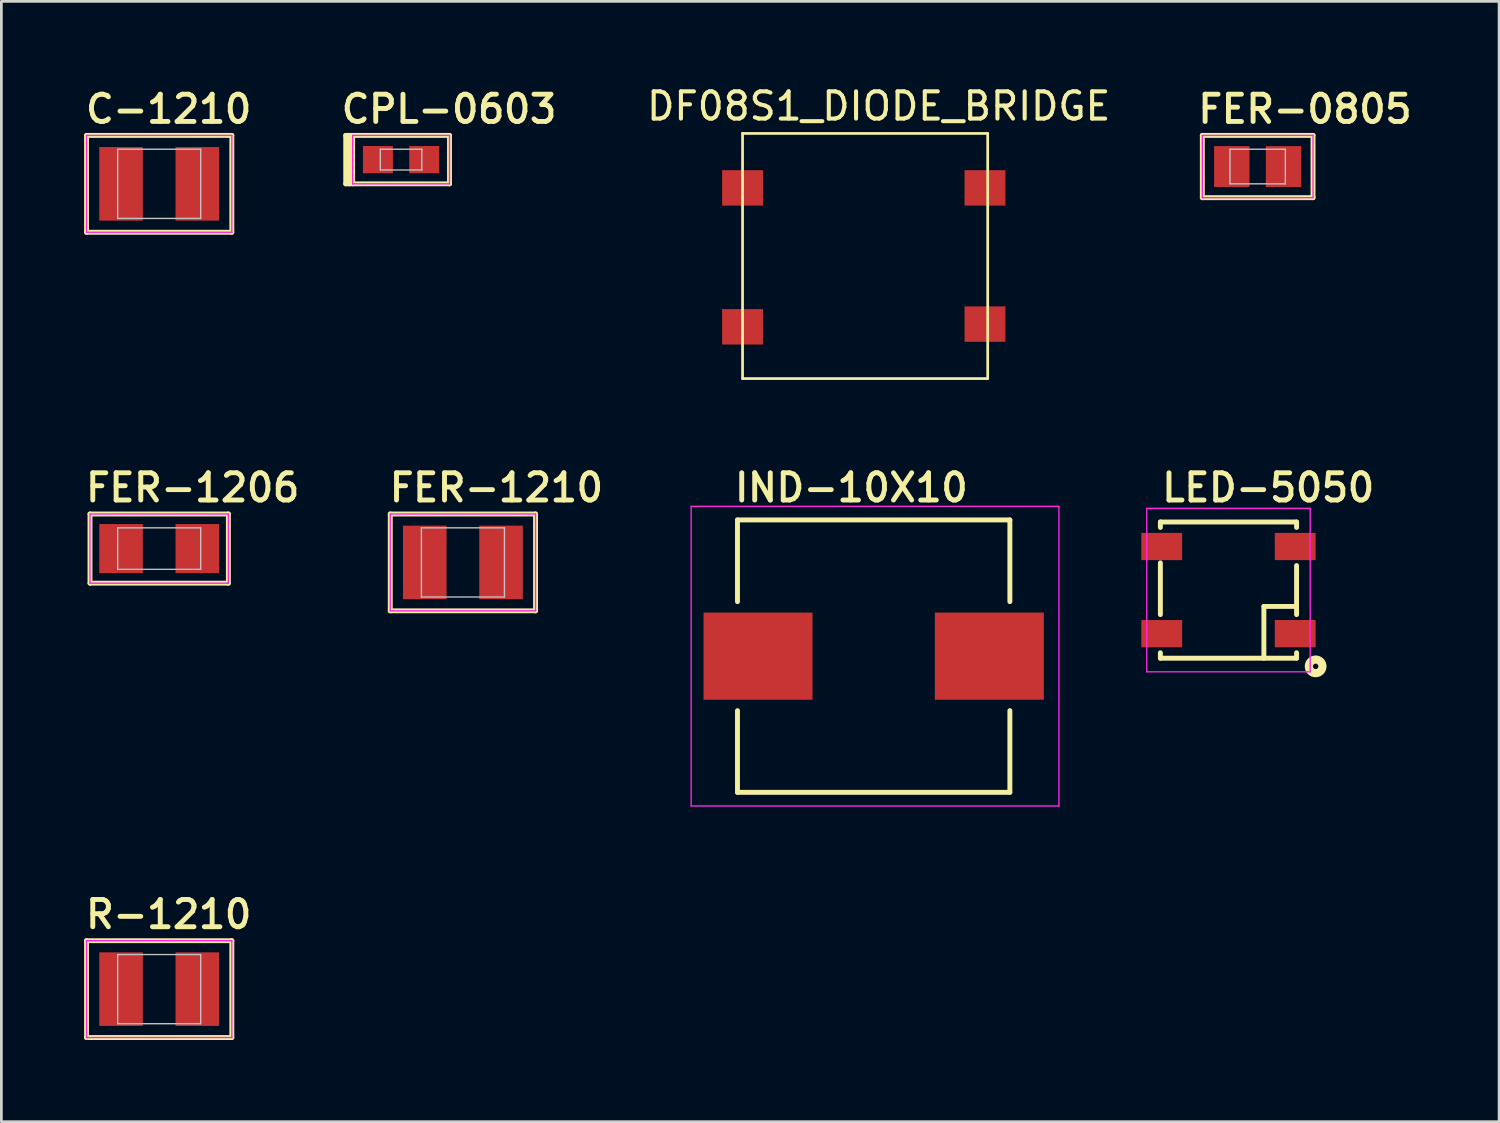
<source format=kicad_pcb>
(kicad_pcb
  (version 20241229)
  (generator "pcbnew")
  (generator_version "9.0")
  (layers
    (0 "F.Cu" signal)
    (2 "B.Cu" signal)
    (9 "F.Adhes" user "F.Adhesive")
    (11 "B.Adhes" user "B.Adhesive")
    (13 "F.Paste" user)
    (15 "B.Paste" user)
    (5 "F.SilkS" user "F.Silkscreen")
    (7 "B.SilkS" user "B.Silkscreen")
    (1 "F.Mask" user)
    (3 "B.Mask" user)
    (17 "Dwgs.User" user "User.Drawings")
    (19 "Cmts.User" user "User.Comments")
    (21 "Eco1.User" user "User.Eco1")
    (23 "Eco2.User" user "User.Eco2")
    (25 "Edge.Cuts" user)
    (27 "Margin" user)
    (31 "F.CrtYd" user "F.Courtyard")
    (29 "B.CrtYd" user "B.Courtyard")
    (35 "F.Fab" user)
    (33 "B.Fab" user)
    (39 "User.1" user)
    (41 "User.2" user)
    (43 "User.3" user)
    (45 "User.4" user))
  (footprint "R-1210"
    (layer "F.Cu")
    (at 2.794 33.262)
    (property "Reference" "R-1210" (at -2.794 -2.159 0) (layer "F.SilkS") (effects (font (size 1 1) (thickness 0.18)) (justify left bottom)))
    (attr through_hole)
    (fp_line (start -2.667 -1.778) (end -2.667 1.778) (stroke (width 0.18) (type solid)) (layer "F.SilkS"))
    (fp_line (start -2.667 1.778) (end 2.667 1.778) (stroke (width 0.18) (type solid)) (layer "F.SilkS"))
    (fp_line (start 2.667 -1.778) (end -2.667 -1.778) (stroke (width 0.18) (type solid)) (layer "F.SilkS"))
    (fp_line (start 2.667 1.778) (end 2.667 -1.778) (stroke (width 0.18) (type solid)) (layer "F.SilkS"))
    (fp_line (start -1.524 -1.27) (end 1.524 -1.27) (stroke (width 0.05) (type solid)) (layer "Dwgs.User"))
    (fp_line (start -1.524 1.27) (end -1.524 -1.27) (stroke (width 0.05) (type solid)) (layer "Dwgs.User"))
    (fp_line (start 1.524 -1.27) (end 1.524 1.27) (stroke (width 0.05) (type solid)) (layer "Dwgs.User"))
    (fp_line (start 1.524 1.27) (end -1.524 1.27) (stroke (width 0.05) (type solid)) (layer "Dwgs.User"))
    (fp_line (start -2.667 -1.778) (end 2.667 -1.778) (stroke (width 0.05) (type solid)) (layer "F.CrtYd"))
    (fp_line (start -2.667 1.778) (end -2.667 -1.778) (stroke (width 0.05) (type solid)) (layer "F.CrtYd"))
    (fp_line (start 2.667 -1.778) (end 2.667 1.778) (stroke (width 0.05) (type solid)) (layer "F.CrtYd"))
    (fp_line (start 2.667 1.778) (end -2.667 1.778) (stroke (width 0.05) (type solid)) (layer "F.CrtYd"))
    (pad "1" smd rect (at -1.4 0) (size 1.6 2.7) (layers "F.Cu" "F.Mask" "F.Paste"))
    (pad "2" smd rect (at 1.4 0) (size 1.6 2.7) (layers "F.Cu" "F.Mask" "F.Paste")))
  (footprint "LED-5050"
    (layer "F.Cu")
    (at 42.049 18.613)
    (property "Reference" "LED-5050" (at -2.54 -3.175 0) (layer "F.SilkS") (effects (font (size 1 1) (thickness 0.18)) (justify left bottom)))
    (attr through_hole)
    (fp_line (start -2.5 -2.5) (end -2.5 -2.3) (stroke (width 0.18) (type solid)) (layer "F.SilkS"))
    (fp_line (start -2.5 -1) (end -2.5 0.9) (stroke (width 0.18) (type solid)) (layer "F.SilkS"))
    (fp_line (start -2.5 2.5) (end -2.5 2.3) (stroke (width 0.18) (type solid)) (layer "F.SilkS"))
    (fp_line (start -2.5 2.5) (end 2.5 2.5) (stroke (width 0.18) (type solid)) (layer "F.SilkS"))
    (fp_line (start 1.3 0.6) (end 1.3 2.5) (stroke (width 0.18) (type solid)) (layer "F.SilkS"))
    (fp_line (start 2.5 -2.5) (end -2.5 -2.5) (stroke (width 0.18) (type solid)) (layer "F.SilkS"))
    (fp_line (start 2.5 -2.3) (end 2.5 -2.5) (stroke (width 0.18) (type solid)) (layer "F.SilkS"))
    (fp_line (start 2.5 0.6) (end 1.3 0.6) (stroke (width 0.18) (type solid)) (layer "F.SilkS"))
    (fp_line (start 2.5 0.9) (end 2.5 -0.9) (stroke (width 0.18) (type solid)) (layer "F.SilkS"))
    (fp_line (start 2.5 2.5) (end 2.5 2.3) (stroke (width 0.18) (type solid)) (layer "F.SilkS"))
    (fp_circle (center 3.2 2.8) (end 3.3 2.8) (stroke (width 0.3) (type solid)) (fill no) (layer "F.SilkS"))
    (fp_line (start -3 -3) (end 3 -3) (stroke (width 0.05) (type solid)) (layer "F.CrtYd"))
    (fp_line (start -3 3) (end -3 -3) (stroke (width 0.05) (type solid)) (layer "F.CrtYd"))
    (fp_line (start 3 -3) (end 3 3) (stroke (width 0.05) (type solid)) (layer "F.CrtYd"))
    (fp_line (start 3 3) (end -3 3) (stroke (width 0.05) (type solid)) (layer "F.CrtYd"))
    (pad "1" smd rect (at -2.45 -1.6) (size 1.5 1) (layers "F.Cu" "F.Mask" "F.Paste"))
    (pad "2" smd rect (at -2.45 1.6) (size 1.5 1) (layers "F.Cu" "F.Mask" "F.Paste"))
    (pad "3" smd rect (at 2.45 1.6) (size 1.5 1) (layers "F.Cu" "F.Mask" "F.Paste"))
    (pad "4" smd rect (at 2.45 -1.6) (size 1.5 1) (layers "F.Cu" "F.Mask" "F.Paste")))
  (footprint "DF08S1_DIODE_BRIDGE"
    (layer "F.Cu")
    (at 24.21 3.848)
    (property "Reference" "DF08S1_DIODE_BRIDGE" (at 5 -3 0) (layer "F.SilkS") (effects (font (size 1 1) (thickness 0.15))))
    (attr through_hole)
    (fp_line (start 0 -2) (end 0 7) (stroke (width 0.1) (type solid)) (layer "F.SilkS"))
    (fp_line (start 0 7) (end 9 7) (stroke (width 0.1) (type solid)) (layer "F.SilkS"))
    (fp_line (start 9 -2) (end 0 -2) (stroke (width 0.1) (type solid)) (layer "F.SilkS"))
    (fp_line (start 9 7) (end 9 -2) (stroke (width 0.1) (type solid)) (layer "F.SilkS"))
    (pad "1" smd rect (at 0 0) (size 1.5 1.3) (layers "F.Cu" "F.Mask" "F.Paste"))
    (pad "2" smd rect (at 0 5.1) (size 1.5 1.3) (layers "F.Cu" "F.Mask" "F.Paste"))
    (pad "3" smd rect (at 8.9 5) (size 1.5 1.3) (layers "F.Cu" "F.Mask" "F.Paste"))
    (pad "4" smd rect (at 8.9 0) (size 1.5 1.3) (layers "F.Cu" "F.Mask" "F.Paste")))
  (footprint "FER-0805"
    (layer "F.Cu")
    (at 43.121 3.064)
    (property "Reference" "FER-0805" (at -2.286 -1.524 0) (layer "F.SilkS") (effects (font (size 1 1) (thickness 0.18)) (justify left bottom)))
    (attr through_hole)
    (fp_line (start -2.032 -1.143) (end -2.032 1.143) (stroke (width 0.18) (type solid)) (layer "F.SilkS"))
    (fp_line (start -2.032 1.143) (end 2.032 1.143) (stroke (width 0.18) (type solid)) (layer "F.SilkS"))
    (fp_line (start 2.032 -1.143) (end -2.032 -1.143) (stroke (width 0.18) (type solid)) (layer "F.SilkS"))
    (fp_line (start 2.032 1.143) (end 2.032 -1.143) (stroke (width 0.18) (type solid)) (layer "F.SilkS"))
    (fp_line (start -1.016 -0.635) (end 1.016 -0.635) (stroke (width 0.05) (type solid)) (layer "Dwgs.User"))
    (fp_line (start -1.016 0.635) (end -1.016 -0.635) (stroke (width 0.05) (type solid)) (layer "Dwgs.User"))
    (fp_line (start 1.016 -0.635) (end 1.016 0.635) (stroke (width 0.05) (type solid)) (layer "Dwgs.User"))
    (fp_line (start 1.016 0.635) (end -1.016 0.635) (stroke (width 0.05) (type solid)) (layer "Dwgs.User"))
    (fp_line (start -2.032 -1.143) (end 2.032 -1.143) (stroke (width 0.05) (type solid)) (layer "F.CrtYd"))
    (fp_line (start -2.032 1.143) (end -2.032 -1.143) (stroke (width 0.05) (type solid)) (layer "F.CrtYd"))
    (fp_line (start 2.032 -1.143) (end 2.032 1.143) (stroke (width 0.05) (type solid)) (layer "F.CrtYd"))
    (fp_line (start 2.032 1.143) (end -2.032 1.143) (stroke (width 0.05) (type solid)) (layer "F.CrtYd"))
    (pad "1" smd rect (at -0.95 0) (size 1.3 1.5) (layers "F.Cu" "F.Mask" "F.Paste"))
    (pad "2" smd rect (at 0.95 0) (size 1.3 1.5) (layers "F.Cu" "F.Mask" "F.Paste")))
  (footprint "FER-1206"
    (layer "F.Cu")
    (at 2.794 17.089)
    (property "Reference" "FER-1206" (at -2.794 -1.651 0) (layer "F.SilkS") (effects (font (size 1 1) (thickness 0.18)) (justify left bottom)))
    (attr through_hole)
    (fp_line (start -2.54 -1.27) (end -2.54 1.27) (stroke (width 0.18) (type solid)) (layer "F.SilkS"))
    (fp_line (start -2.54 1.27) (end 2.54 1.27) (stroke (width 0.18) (type solid)) (layer "F.SilkS"))
    (fp_line (start 2.54 -1.27) (end -2.54 -1.27) (stroke (width 0.18) (type solid)) (layer "F.SilkS"))
    (fp_line (start 2.54 1.27) (end 2.54 -1.27) (stroke (width 0.18) (type solid)) (layer "F.SilkS"))
    (fp_line (start -1.524 -0.762) (end 1.524 -0.762) (stroke (width 0.05) (type solid)) (layer "Dwgs.User"))
    (fp_line (start -1.524 0.762) (end -1.524 -0.762) (stroke (width 0.05) (type solid)) (layer "Dwgs.User"))
    (fp_line (start 1.524 -0.762) (end 1.524 0.762) (stroke (width 0.05) (type solid)) (layer "Dwgs.User"))
    (fp_line (start 1.524 0.762) (end -1.524 0.762) (stroke (width 0.05) (type solid)) (layer "Dwgs.User"))
    (fp_line (start -2.54 -1.27) (end 2.54 -1.27) (stroke (width 0.05) (type solid)) (layer "F.CrtYd"))
    (fp_line (start -2.54 1.27) (end -2.54 -1.27) (stroke (width 0.05) (type solid)) (layer "F.CrtYd"))
    (fp_line (start 2.54 -1.27) (end 2.54 1.27) (stroke (width 0.05) (type solid)) (layer "F.CrtYd"))
    (fp_line (start 2.54 1.27) (end -2.54 1.27) (stroke (width 0.05) (type solid)) (layer "F.CrtYd"))
    (pad "1" smd rect (at -1.4 0) (size 1.6 1.8) (layers "F.Cu" "F.Mask" "F.Paste"))
    (pad "2" smd rect (at 1.4 0) (size 1.6 1.8) (layers "F.Cu" "F.Mask" "F.Paste")))
  (footprint "C-1210"
    (layer "F.Cu")
    (at 2.794 3.699)
    (property "Reference" "C-1210" (at -2.794 -2.159 0) (layer "F.SilkS") (effects (font (size 1 1) (thickness 0.18)) (justify left bottom)))
    (attr through_hole)
    (fp_line (start -2.667 -1.778) (end -2.667 1.778) (stroke (width 0.18) (type solid)) (layer "F.SilkS"))
    (fp_line (start -2.667 1.778) (end 2.667 1.778) (stroke (width 0.18) (type solid)) (layer "F.SilkS"))
    (fp_line (start 2.667 -1.778) (end -2.667 -1.778) (stroke (width 0.18) (type solid)) (layer "F.SilkS"))
    (fp_line (start 2.667 1.778) (end 2.667 -1.778) (stroke (width 0.18) (type solid)) (layer "F.SilkS"))
    (fp_line (start -1.524 -1.27) (end 1.524 -1.27) (stroke (width 0.05) (type solid)) (layer "Dwgs.User"))
    (fp_line (start -1.524 1.27) (end -1.524 -1.27) (stroke (width 0.05) (type solid)) (layer "Dwgs.User"))
    (fp_line (start 1.524 -1.27) (end 1.524 1.27) (stroke (width 0.05) (type solid)) (layer "Dwgs.User"))
    (fp_line (start 1.524 1.27) (end -1.524 1.27) (stroke (width 0.05) (type solid)) (layer "Dwgs.User"))
    (fp_line (start -2.667 -1.778) (end 2.667 -1.778) (stroke (width 0.05) (type solid)) (layer "F.CrtYd"))
    (fp_line (start -2.667 1.778) (end -2.667 -1.778) (stroke (width 0.05) (type solid)) (layer "F.CrtYd"))
    (fp_line (start 2.667 -1.778) (end 2.667 1.778) (stroke (width 0.05) (type solid)) (layer "F.CrtYd"))
    (fp_line (start 2.667 1.778) (end -2.667 1.778) (stroke (width 0.05) (type solid)) (layer "F.CrtYd"))
    (pad "1" smd rect (at -1.4 0) (size 1.6 2.7) (layers "F.Cu" "F.Mask" "F.Paste"))
    (pad "2" smd rect (at 1.4 0) (size 1.6 2.7) (layers "F.Cu" "F.Mask" "F.Paste")))
  (footprint "FER-1210"
    (layer "F.Cu")
    (at 13.944 17.597)
    (property "Reference" "FER-1210" (at -2.794 -2.159 0) (layer "F.SilkS") (effects (font (size 1 1) (thickness 0.18)) (justify left bottom)))
    (attr through_hole)
    (fp_line (start -2.667 -1.778) (end -2.667 1.778) (stroke (width 0.18) (type solid)) (layer "F.SilkS"))
    (fp_line (start -2.667 1.778) (end 2.667 1.778) (stroke (width 0.18) (type solid)) (layer "F.SilkS"))
    (fp_line (start 2.667 -1.778) (end -2.667 -1.778) (stroke (width 0.18) (type solid)) (layer "F.SilkS"))
    (fp_line (start 2.667 1.778) (end 2.667 -1.778) (stroke (width 0.18) (type solid)) (layer "F.SilkS"))
    (fp_line (start -1.524 -1.27) (end 1.524 -1.27) (stroke (width 0.05) (type solid)) (layer "Dwgs.User"))
    (fp_line (start -1.524 1.27) (end -1.524 -1.27) (stroke (width 0.05) (type solid)) (layer "Dwgs.User"))
    (fp_line (start 1.524 -1.27) (end 1.524 1.27) (stroke (width 0.05) (type solid)) (layer "Dwgs.User"))
    (fp_line (start 1.524 1.27) (end -1.524 1.27) (stroke (width 0.05) (type solid)) (layer "Dwgs.User"))
    (fp_line (start -2.667 -1.778) (end 2.667 -1.778) (stroke (width 0.05) (type solid)) (layer "F.CrtYd"))
    (fp_line (start -2.667 1.778) (end -2.667 -1.778) (stroke (width 0.05) (type solid)) (layer "F.CrtYd"))
    (fp_line (start 2.667 -1.778) (end 2.667 1.778) (stroke (width 0.05) (type solid)) (layer "F.CrtYd"))
    (fp_line (start 2.667 1.778) (end -2.667 1.778) (stroke (width 0.05) (type solid)) (layer "F.CrtYd"))
    (pad "1" smd rect (at -1.4 0) (size 1.6 2.7) (layers "F.Cu" "F.Mask" "F.Paste"))
    (pad "2" smd rect (at 1.4 0) (size 1.6 2.7) (layers "F.Cu" "F.Mask" "F.Paste")))
  (footprint "CPL-0603"
    (layer "F.Cu")
    (at 11.674 2.81)
    (property "Reference" "CPL-0603" (at -2.286 -1.27 0) (layer "F.SilkS") (effects (font (size 1 1) (thickness 0.18)) (justify left bottom)))
    (attr through_hole)
    (fp_line (start -2.032 -0.889) (end 1.778 -0.889) (stroke (width 0.18) (type solid)) (layer "F.SilkS"))
    (fp_line (start -2.032 0.889) (end -2.032 -0.889) (stroke (width 0.18) (type solid)) (layer "F.SilkS"))
    (fp_line (start -1.905 0.889) (end -1.905 -0.889) (stroke (width 0.18) (type solid)) (layer "F.SilkS"))
    (fp_line (start -1.778 0.889) (end -1.778 -0.889) (stroke (width 0.18) (type solid)) (layer "F.SilkS"))
    (fp_line (start 1.778 -0.889) (end 1.778 0.889) (stroke (width 0.18) (type solid)) (layer "F.SilkS"))
    (fp_line (start 1.778 0.889) (end -2.032 0.889) (stroke (width 0.18) (type solid)) (layer "F.SilkS"))
    (fp_line (start -0.762 -0.381) (end -0.762 0.381) (stroke (width 0.05) (type solid)) (layer "Dwgs.User"))
    (fp_line (start -0.762 -0.381) (end 0.762 -0.381) (stroke (width 0.05) (type solid)) (layer "Dwgs.User"))
    (fp_line (start -0.762 0.381) (end 0.762 0.381) (stroke (width 0.05) (type solid)) (layer "Dwgs.User"))
    (fp_line (start 0.762 -0.381) (end 0.762 0.381) (stroke (width 0.05) (type solid)) (layer "Dwgs.User"))
    (fp_line (start -1.778 -0.889) (end 1.778 -0.889) (stroke (width 0.05) (type solid)) (layer "F.CrtYd"))
    (fp_line (start -1.778 0.889) (end -1.778 -0.889) (stroke (width 0.05) (type solid)) (layer "F.CrtYd"))
    (fp_line (start 1.778 -0.889) (end 1.778 0.889) (stroke (width 0.05) (type solid)) (layer "F.CrtYd"))
    (fp_line (start 1.778 0.889) (end -1.778 0.889) (stroke (width 0.05) (type solid)) (layer "F.CrtYd"))
    (pad "A" smd rect (at -0.85 0) (size 1.1 1) (layers "F.Cu" "F.Mask" "F.Paste"))
    (pad "K" smd rect (at 0.85 0) (size 1.1 1) (layers "F.Cu" "F.Mask" "F.Paste")))
  (footprint "IND-10X10"
    (layer "F.Cu")
    (at 29.024 21.038)
    (property "Reference" "IND-10X10" (at -5.2 -5.6 0) (layer "F.SilkS") (effects (font (size 1 1) (thickness 0.18)) (justify left bottom)))
    (attr through_hole)
    (fp_line (start -5 -5) (end -5 -2) (stroke (width 0.18) (type solid)) (layer "F.SilkS"))
    (fp_line (start -5 -5) (end 5 -5) (stroke (width 0.18) (type solid)) (layer "F.SilkS"))
    (fp_line (start -5 5) (end -5 2) (stroke (width 0.18) (type solid)) (layer "F.SilkS"))
    (fp_line (start 5 -5) (end 5 -2) (stroke (width 0.18) (type solid)) (layer "F.SilkS"))
    (fp_line (start 5 5) (end -5 5) (stroke (width 0.18) (type solid)) (layer "F.SilkS"))
    (fp_line (start 5 5) (end 5 2) (stroke (width 0.18) (type solid)) (layer "F.SilkS"))
    (fp_line (start -6.7 -5.5) (end 6.8 -5.5) (stroke (width 0.05) (type solid)) (layer "F.CrtYd"))
    (fp_line (start -6.7 5.5) (end -6.7 -5.5) (stroke (width 0.05) (type solid)) (layer "F.CrtYd"))
    (fp_line (start 6.8 -5.5) (end 6.8 5.5) (stroke (width 0.05) (type solid)) (layer "F.CrtYd"))
    (fp_line (start 6.8 5.5) (end -6.7 5.5) (stroke (width 0.05) (type solid)) (layer "F.CrtYd"))
    (pad "1" smd rect (at -4.246 0) (size 4 3.2) (layers "F.Cu" "F.Mask" "F.Paste"))
    (pad "2" smd rect (at 4.246 0) (size 4 3.2) (layers "F.Cu" "F.Mask" "F.Paste")))
  (gr_rect
    (start -3 -3)
    (end 51.984 38.13)
    (stroke (width 0.1) (type default))
    (fill no)
    (layer "Edge.Cuts")))
</source>
